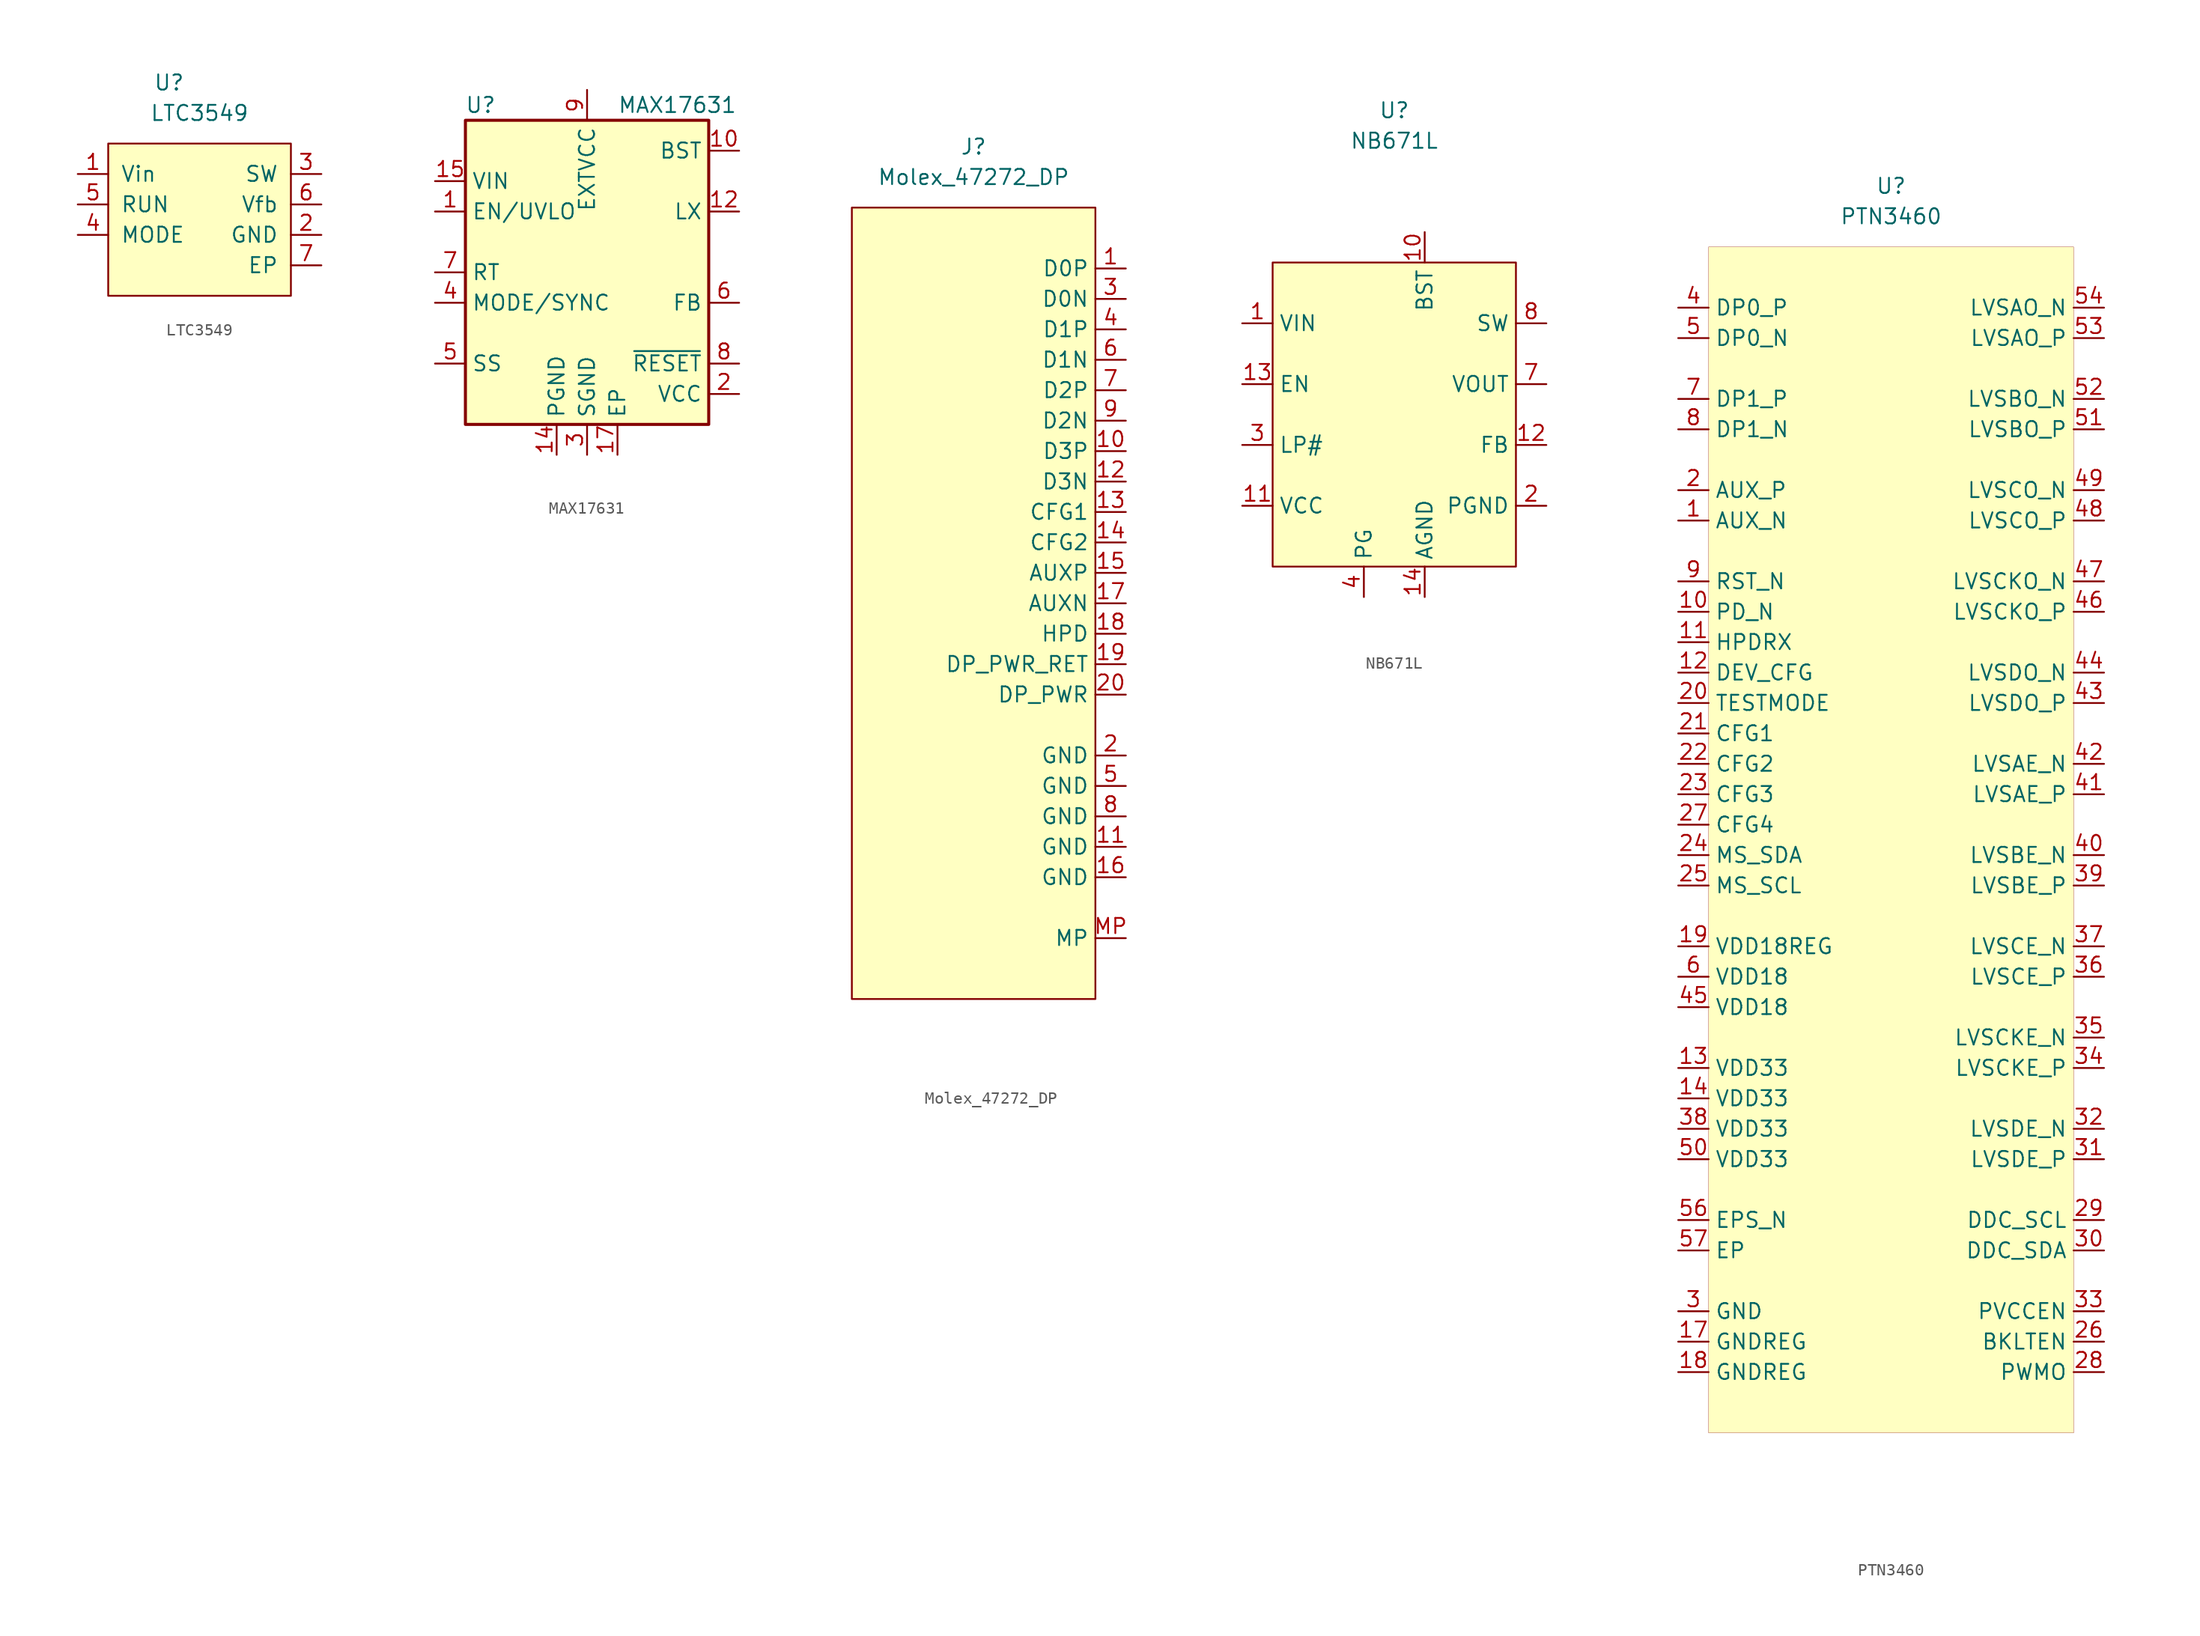
<source format=kicad_sym>
(kicad_symbol_lib
  (version 20211014)
  (generator kicad_symbol_editor)
  (symbol "LTC3549"
    (pin_names
      (offset 1.016))
    (property "Reference" "U"
      (at -2.54 10.16 0)
      (effects (font (size 1.27 1.27))))
    (property "Value" "LTC3549"
      (at 0 7.62 0)
      (effects (font (size 1.27 1.27))))
    (symbol "LTC3549_0_1"
      (rectangle (start -7.62 5.08) (end 7.62 -7.62) (stroke (width 0) (type default) (color 0 0 0 0)) (fill (type background))))
    (symbol "LTC3549_1_1"
      (pin power_in line (at -10.16 2.54 0) (length 2.54) (name "Vin" (effects (font (size 1.27 1.27)))) (number "1" (effects (font (size 1.27 1.27)))))
      (pin power_in line (at 10.16 -2.54 180) (length 2.54) (name "GND" (effects (font (size 1.27 1.27)))) (number "2" (effects (font (size 1.27 1.27)))))
      (pin output line (at 10.16 2.54 180) (length 2.54) (name "SW" (effects (font (size 1.27 1.27)))) (number "3" (effects (font (size 1.27 1.27)))))
      (pin power_in line (at -10.16 -2.54 0) (length 2.54) (name "MODE" (effects (font (size 1.27 1.27)))) (number "4" (effects (font (size 1.27 1.27)))))
      (pin power_in line (at -10.16 0 0) (length 2.54) (name "RUN" (effects (font (size 1.27 1.27)))) (number "5" (effects (font (size 1.27 1.27)))))
      (pin input line (at 10.16 0 180) (length 2.54) (name "Vfb" (effects (font (size 1.27 1.27)))) (number "6" (effects (font (size 1.27 1.27)))))
      (pin power_in line (at 10.16 -5.08 180) (length 2.54) (name "EP" (effects (font (size 1.27 1.27)))) (number "7" (effects (font (size 1.27 1.27)))))))
  (symbol "MAX17631"
    (property "Reference" "U"
      (at -8.89 13.97 0)
      (effects (font (size 1.27 1.27))))
    (property "Value" "MAX17631"
      (at 2.54 13.97 0)
      (effects (font (size 1.27 1.27)) (justify left)))
    (symbol "MAX17631_0_1"
      (rectangle (start -10.16 12.7) (end 10.16 -12.7) (stroke (width 0.254) (type default) (color 0 0 0 0)) (fill (type background))))
    (symbol "MAX17631_1_1"
      (pin input line (at -12.7 5.08 0) (length 2.54) (name "EN/UVLO" (effects (font (size 1.27 1.27)))) (number "1" (effects (font (size 1.27 1.27)))))
      (pin passive line (at 12.7 10.16 180) (length 2.54) (name "BST" (effects (font (size 1.27 1.27)))) (number "10" (effects (font (size 1.27 1.27)))))
      (pin passive line (at 12.7 5.08 180) (length 2.54) hide (name "LX" (effects (font (size 1.27 1.27)))) (number "11" (effects (font (size 1.27 1.27)))))
      (pin power_out line (at 12.7 5.08 180) (length 2.54) (name "LX" (effects (font (size 1.27 1.27)))) (number "12" (effects (font (size 1.27 1.27)))))
      (pin passive line (at -2.54 -15.24 90) (length 2.54) hide (name "PGND" (effects (font (size 1.27 1.27)))) (number "13" (effects (font (size 1.27 1.27)))))
      (pin power_in line (at -2.54 -15.24 90) (length 2.54) (name "PGND" (effects (font (size 1.27 1.27)))) (number "14" (effects (font (size 1.27 1.27)))))
      (pin passive line (at -12.7 7.62 0) (length 2.54) (name "VIN" (effects (font (size 1.27 1.27)))) (number "15" (effects (font (size 1.27 1.27)))))
      (pin passive line (at -12.7 7.62 0) (length 2.54) hide (name "VIN" (effects (font (size 1.27 1.27)))) (number "16" (effects (font (size 1.27 1.27)))))
      (pin power_in line (at 2.54 -15.24 90) (length 2.54) (name "EP" (effects (font (size 1.27 1.27)))) (number "17" (effects (font (size 1.27 1.27)))))
      (pin power_out line (at 12.7 -10.16 180) (length 2.54) (name "VCC" (effects (font (size 1.27 1.27)))) (number "2" (effects (font (size 1.27 1.27)))))
      (pin power_in line (at 0 -15.24 90) (length 2.54) (name "SGND" (effects (font (size 1.27 1.27)))) (number "3" (effects (font (size 1.27 1.27)))))
      (pin input line (at -12.7 -2.54 0) (length 2.54) (name "MODE/SYNC" (effects (font (size 1.27 1.27)))) (number "4" (effects (font (size 1.27 1.27)))))
      (pin passive line (at -12.7 -7.62 0) (length 2.54) (name "SS" (effects (font (size 1.27 1.27)))) (number "5" (effects (font (size 1.27 1.27)))))
      (pin input line (at 12.7 -2.54 180) (length 2.54) (name "FB" (effects (font (size 1.27 1.27)))) (number "6" (effects (font (size 1.27 1.27)))))
      (pin input line (at -12.7 0 0) (length 2.54) (name "RT" (effects (font (size 1.27 1.27)))) (number "7" (effects (font (size 1.27 1.27)))))
      (pin open_collector line (at 12.7 -7.62 180) (length 2.54) (name "~{RESET}" (effects (font (size 1.27 1.27)))) (number "8" (effects (font (size 1.27 1.27)))))
      (pin power_in line (at 0 15.24 270) (length 2.54) (name "EXTVCC" (effects (font (size 1.27 1.27)))) (number "9" (effects (font (size 1.27 1.27)))))))
  (symbol "Molex_47272_DP"
    (property "Reference" "J"
      (at 0 0 0)
      (effects (font (size 1.27 1.27))))
    (property "Value" "Molex_47272_DP"
      (at 0 -2.54 0)
      (effects (font (size 1.27 1.27))))
    (symbol "Molex_47272_DP_0_1"
      (rectangle (start -10.16 -5.08) (end 10.16 -71.12) (stroke (width 0.152) (type default) (color 0 0 0 0)) (fill (type background))))
    (symbol "Molex_47272_DP_1_1"
      (pin unspecified line (at 12.7 -10.16 180) (length 2.54) (name "D0P" (effects (font (size 1.27 1.27)))) (number "1" (effects (font (size 1.27 1.27)))))
      (pin unspecified line (at 12.7 -25.4 180) (length 2.54) (name "D3P" (effects (font (size 1.27 1.27)))) (number "10" (effects (font (size 1.27 1.27)))))
      (pin unspecified line (at 12.7 -58.42 180) (length 2.54) (name "GND" (effects (font (size 1.27 1.27)))) (number "11" (effects (font (size 1.27 1.27)))))
      (pin unspecified line (at 12.7 -27.94 180) (length 2.54) (name "D3N" (effects (font (size 1.27 1.27)))) (number "12" (effects (font (size 1.27 1.27)))))
      (pin unspecified line (at 12.7 -30.48 180) (length 2.54) (name "CFG1" (effects (font (size 1.27 1.27)))) (number "13" (effects (font (size 1.27 1.27)))))
      (pin unspecified line (at 12.7 -33.02 180) (length 2.54) (name "CFG2" (effects (font (size 1.27 1.27)))) (number "14" (effects (font (size 1.27 1.27)))))
      (pin unspecified line (at 12.7 -35.56 180) (length 2.54) (name "AUXP" (effects (font (size 1.27 1.27)))) (number "15" (effects (font (size 1.27 1.27)))))
      (pin unspecified line (at 12.7 -60.96 180) (length 2.54) (name "GND" (effects (font (size 1.27 1.27)))) (number "16" (effects (font (size 1.27 1.27)))))
      (pin unspecified line (at 12.7 -38.1 180) (length 2.54) (name "AUXN" (effects (font (size 1.27 1.27)))) (number "17" (effects (font (size 1.27 1.27)))))
      (pin unspecified line (at 12.7 -40.64 180) (length 2.54) (name "HPD" (effects (font (size 1.27 1.27)))) (number "18" (effects (font (size 1.27 1.27)))))
      (pin unspecified line (at 12.7 -43.18 180) (length 2.54) (name "DP_PWR_RET" (effects (font (size 1.27 1.27)))) (number "19" (effects (font (size 1.27 1.27)))))
      (pin unspecified line (at 12.7 -50.8 180) (length 2.54) (name "GND" (effects (font (size 1.27 1.27)))) (number "2" (effects (font (size 1.27 1.27)))))
      (pin unspecified line (at 12.7 -45.72 180) (length 2.54) (name "DP_PWR" (effects (font (size 1.27 1.27)))) (number "20" (effects (font (size 1.27 1.27)))))
      (pin unspecified line (at 12.7 -12.7 180) (length 2.54) (name "D0N" (effects (font (size 1.27 1.27)))) (number "3" (effects (font (size 1.27 1.27)))))
      (pin unspecified line (at 12.7 -15.24 180) (length 2.54) (name "D1P" (effects (font (size 1.27 1.27)))) (number "4" (effects (font (size 1.27 1.27)))))
      (pin unspecified line (at 12.7 -53.34 180) (length 2.54) (name "GND" (effects (font (size 1.27 1.27)))) (number "5" (effects (font (size 1.27 1.27)))))
      (pin unspecified line (at 12.7 -17.78 180) (length 2.54) (name "D1N" (effects (font (size 1.27 1.27)))) (number "6" (effects (font (size 1.27 1.27)))))
      (pin unspecified line (at 12.7 -20.32 180) (length 2.54) (name "D2P" (effects (font (size 1.27 1.27)))) (number "7" (effects (font (size 1.27 1.27)))))
      (pin unspecified line (at 12.7 -55.88 180) (length 2.54) (name "GND" (effects (font (size 1.27 1.27)))) (number "8" (effects (font (size 1.27 1.27)))))
      (pin unspecified line (at 12.7 -22.86 180) (length 2.54) (name "D2N" (effects (font (size 1.27 1.27)))) (number "9" (effects (font (size 1.27 1.27)))))
      (pin unspecified line (at 12.7 -66.04 180) (length 2.54) (name "MP" (effects (font (size 1.27 1.27)))) (number "MP" (effects (font (size 1.27 1.27)))))))
  (symbol "NB671L"
    (property "Reference" "U"
      (at 0 5.08 0)
      (effects (font (size 1.27 1.27))))
    (property "Value" "NB671L"
      (at 0 2.54 0)
      (effects (font (size 1.27 1.27))))
    (symbol "NB671L_0_1"
      (rectangle (start -10.16 -7.62) (end 10.16 -33.02) (stroke (width 0.152) (type default) (color 0 0 0 0)) (fill (type background))))
    (symbol "NB671L_1_1"
      (pin power_in line (at -12.7 -12.7 0) (length 2.54) (name "VIN" (effects (font (size 1.27 1.27)))) (number "1" (effects (font (size 1.27 1.27)))))
      (pin output line (at 2.54 -5.08 270) (length 2.54) (name "BST" (effects (font (size 1.27 1.27)))) (number "10" (effects (font (size 1.27 1.27)))))
      (pin output line (at -12.7 -27.94 0) (length 2.54) (name "VCC" (effects (font (size 1.27 1.27)))) (number "11" (effects (font (size 1.27 1.27)))))
      (pin input line (at 12.7 -22.86 180) (length 2.54) (name "FB" (effects (font (size 1.27 1.27)))) (number "12" (effects (font (size 1.27 1.27)))))
      (pin input line (at -12.7 -17.78 0) (length 2.54) (name "EN" (effects (font (size 1.27 1.27)))) (number "13" (effects (font (size 1.27 1.27)))))
      (pin power_in line (at 2.54 -35.56 90) (length 2.54) (name "AGND" (effects (font (size 1.27 1.27)))) (number "14" (effects (font (size 1.27 1.27)))))
      (pin output line (at 12.7 -12.7 180) (length 2.54) hide (name "SW" (effects (font (size 1.27 1.27)))) (number "15" (effects (font (size 1.27 1.27)))))
      (pin output line (at 12.7 -12.7 180) (length 2.54) hide (name "SW" (effects (font (size 1.27 1.27)))) (number "16" (effects (font (size 1.27 1.27)))))
      (pin power_in line (at 12.7 -27.94 180) (length 2.54) (name "PGND" (effects (font (size 1.27 1.27)))) (number "2" (effects (font (size 1.27 1.27)))))
      (pin input line (at -12.7 -22.86 0) (length 2.54) (name "LP#" (effects (font (size 1.27 1.27)))) (number "3" (effects (font (size 1.27 1.27)))))
      (pin open_collector line (at -2.54 -35.56 90) (length 2.54) (name "PG" (effects (font (size 1.27 1.27)))) (number "4" (effects (font (size 1.27 1.27)))))
      (pin input line (at 12.7 -17.78 180) (length 2.54) (name "VOUT" (effects (font (size 1.27 1.27)))) (number "7" (effects (font (size 1.27 1.27)))))
      (pin output line (at 12.7 -12.7 180) (length 2.54) (name "SW" (effects (font (size 1.27 1.27)))) (number "8" (effects (font (size 1.27 1.27)))))
      (pin output line (at 12.7 -12.7 180) (length 2.54) hide (name "SW" (effects (font (size 1.27 1.27)))) (number "9" (effects (font (size 1.27 1.27)))))))
  (symbol "PTN3460"
    (property "Reference" "U"
      (at 0 0 0)
      (effects (font (size 1.27 1.27))))
    (property "Value" "PTN3460"
      (at 0 -2.54 0)
      (effects (font (size 1.27 1.27))))
    (symbol "PTN3460_0_1"
      (rectangle (start -15.24 -5.08) (end 15.24 -104.14) (stroke (width 0.001) (type default) (color 0 0 0 0)) (fill (type background))))
    (symbol "PTN3460_1_1"
      (pin bidirectional line (at -17.78 -27.94 0) (length 2.54) (name "AUX_N" (effects (font (size 1.27 1.27)))) (number "1" (effects (font (size 1.27 1.27)))))
      (pin input line (at -17.78 -35.56 0) (length 2.54) (name "PD_N" (effects (font (size 1.27 1.27)))) (number "10" (effects (font (size 1.27 1.27)))))
      (pin input line (at -17.78 -38.1 0) (length 2.54) (name "HPDRX" (effects (font (size 1.27 1.27)))) (number "11" (effects (font (size 1.27 1.27)))))
      (pin input line (at -17.78 -40.64 0) (length 2.54) (name "DEV_CFG" (effects (font (size 1.27 1.27)))) (number "12" (effects (font (size 1.27 1.27)))))
      (pin power_in line (at -17.78 -73.66 0) (length 2.54) (name "VDD33" (effects (font (size 1.27 1.27)))) (number "13" (effects (font (size 1.27 1.27)))))
      (pin power_in line (at -17.78 -76.2 0) (length 2.54) (name "VDD33" (effects (font (size 1.27 1.27)))) (number "14" (effects (font (size 1.27 1.27)))))
      (pin input line (at 0 -93.98 0) (length 2.54) hide (name "NC" (effects (font (size 1.27 1.27)))) (number "15" (effects (font (size 1.27 1.27)))))
      (pin input line (at 0 -96.52 0) (length 2.54) hide (name "NC" (effects (font (size 1.27 1.27)))) (number "16" (effects (font (size 1.27 1.27)))))
      (pin power_in line (at -17.78 -96.52 0) (length 2.54) (name "GNDREG" (effects (font (size 1.27 1.27)))) (number "17" (effects (font (size 1.27 1.27)))))
      (pin power_in line (at -17.78 -99.06 0) (length 2.54) (name "GNDREG" (effects (font (size 1.27 1.27)))) (number "18" (effects (font (size 1.27 1.27)))))
      (pin power_out line (at -17.78 -63.5 0) (length 2.54) (name "VDD18REG" (effects (font (size 1.27 1.27)))) (number "19" (effects (font (size 1.27 1.27)))))
      (pin bidirectional line (at -17.78 -25.4 0) (length 2.54) (name "AUX_P" (effects (font (size 1.27 1.27)))) (number "2" (effects (font (size 1.27 1.27)))))
      (pin input line (at -17.78 -43.18 0) (length 2.54) (name "TESTMODE" (effects (font (size 1.27 1.27)))) (number "20" (effects (font (size 1.27 1.27)))))
      (pin input line (at -17.78 -45.72 0) (length 2.54) (name "CFG1" (effects (font (size 1.27 1.27)))) (number "21" (effects (font (size 1.27 1.27)))))
      (pin input line (at -17.78 -48.26 0) (length 2.54) (name "CFG2" (effects (font (size 1.27 1.27)))) (number "22" (effects (font (size 1.27 1.27)))))
      (pin input line (at -17.78 -50.8 0) (length 2.54) (name "CFG3" (effects (font (size 1.27 1.27)))) (number "23" (effects (font (size 1.27 1.27)))))
      (pin input line (at -17.78 -55.88 0) (length 2.54) (name "MS_SDA" (effects (font (size 1.27 1.27)))) (number "24" (effects (font (size 1.27 1.27)))))
      (pin input line (at -17.78 -58.42 0) (length 2.54) (name "MS_SCL" (effects (font (size 1.27 1.27)))) (number "25" (effects (font (size 1.27 1.27)))))
      (pin output line (at 17.78 -96.52 180) (length 2.54) (name "BKLTEN" (effects (font (size 1.27 1.27)))) (number "26" (effects (font (size 1.27 1.27)))))
      (pin input line (at -17.78 -53.34 0) (length 2.54) (name "CFG4" (effects (font (size 1.27 1.27)))) (number "27" (effects (font (size 1.27 1.27)))))
      (pin output line (at 17.78 -99.06 180) (length 2.54) (name "PWMO" (effects (font (size 1.27 1.27)))) (number "28" (effects (font (size 1.27 1.27)))))
      (pin open_collector line (at 17.78 -86.36 180) (length 2.54) (name "DDC_SCL" (effects (font (size 1.27 1.27)))) (number "29" (effects (font (size 1.27 1.27)))))
      (pin power_in line (at -17.78 -93.98 0) (length 2.54) (name "GND" (effects (font (size 1.27 1.27)))) (number "3" (effects (font (size 1.27 1.27)))))
      (pin open_collector line (at 17.78 -88.9 180) (length 2.54) (name "DDC_SDA" (effects (font (size 1.27 1.27)))) (number "30" (effects (font (size 1.27 1.27)))))
      (pin output line (at 17.78 -81.28 180) (length 2.54) (name "LVSDE_P" (effects (font (size 1.27 1.27)))) (number "31" (effects (font (size 1.27 1.27)))))
      (pin output line (at 17.78 -78.74 180) (length 2.54) (name "LVSDE_N" (effects (font (size 1.27 1.27)))) (number "32" (effects (font (size 1.27 1.27)))))
      (pin output line (at 17.78 -93.98 180) (length 2.54) (name "PVCCEN" (effects (font (size 1.27 1.27)))) (number "33" (effects (font (size 1.27 1.27)))))
      (pin output line (at 17.78 -73.66 180) (length 2.54) (name "LVSCKE_P" (effects (font (size 1.27 1.27)))) (number "34" (effects (font (size 1.27 1.27)))))
      (pin output line (at 17.78 -71.12 180) (length 2.54) (name "LVSCKE_N" (effects (font (size 1.27 1.27)))) (number "35" (effects (font (size 1.27 1.27)))))
      (pin output line (at 17.78 -66.04 180) (length 2.54) (name "LVSCE_P" (effects (font (size 1.27 1.27)))) (number "36" (effects (font (size 1.27 1.27)))))
      (pin output line (at 17.78 -63.5 180) (length 2.54) (name "LVSCE_N" (effects (font (size 1.27 1.27)))) (number "37" (effects (font (size 1.27 1.27)))))
      (pin power_in line (at -17.78 -78.74 0) (length 2.54) (name "VDD33" (effects (font (size 1.27 1.27)))) (number "38" (effects (font (size 1.27 1.27)))))
      (pin output line (at 17.78 -58.42 180) (length 2.54) (name "LVSBE_P" (effects (font (size 1.27 1.27)))) (number "39" (effects (font (size 1.27 1.27)))))
      (pin input line (at -17.78 -10.16 0) (length 2.54) (name "DP0_P" (effects (font (size 1.27 1.27)))) (number "4" (effects (font (size 1.27 1.27)))))
      (pin output line (at 17.78 -55.88 180) (length 2.54) (name "LVSBE_N" (effects (font (size 1.27 1.27)))) (number "40" (effects (font (size 1.27 1.27)))))
      (pin output line (at 17.78 -50.8 180) (length 2.54) (name "LVSAE_P" (effects (font (size 1.27 1.27)))) (number "41" (effects (font (size 1.27 1.27)))))
      (pin output line (at 17.78 -48.26 180) (length 2.54) (name "LVSAE_N" (effects (font (size 1.27 1.27)))) (number "42" (effects (font (size 1.27 1.27)))))
      (pin output line (at 17.78 -43.18 180) (length 2.54) (name "LVSDO_P" (effects (font (size 1.27 1.27)))) (number "43" (effects (font (size 1.27 1.27)))))
      (pin output line (at 17.78 -40.64 180) (length 2.54) (name "LVSDO_N" (effects (font (size 1.27 1.27)))) (number "44" (effects (font (size 1.27 1.27)))))
      (pin power_in line (at -17.78 -68.58 0) (length 2.54) (name "VDD18" (effects (font (size 1.27 1.27)))) (number "45" (effects (font (size 1.27 1.27)))))
      (pin output line (at 17.78 -35.56 180) (length 2.54) (name "LVSCKO_P" (effects (font (size 1.27 1.27)))) (number "46" (effects (font (size 1.27 1.27)))))
      (pin output line (at 17.78 -33.02 180) (length 2.54) (name "LVSCKO_N" (effects (font (size 1.27 1.27)))) (number "47" (effects (font (size 1.27 1.27)))))
      (pin output line (at 17.78 -27.94 180) (length 2.54) (name "LVSCO_P" (effects (font (size 1.27 1.27)))) (number "48" (effects (font (size 1.27 1.27)))))
      (pin output line (at 17.78 -25.4 180) (length 2.54) (name "LVSCO_N" (effects (font (size 1.27 1.27)))) (number "49" (effects (font (size 1.27 1.27)))))
      (pin input line (at -17.78 -12.7 0) (length 2.54) (name "DP0_N" (effects (font (size 1.27 1.27)))) (number "5" (effects (font (size 1.27 1.27)))))
      (pin power_in line (at -17.78 -81.28 0) (length 2.54) (name "VDD33" (effects (font (size 1.27 1.27)))) (number "50" (effects (font (size 1.27 1.27)))))
      (pin output line (at 17.78 -20.32 180) (length 2.54) (name "LVSBO_P" (effects (font (size 1.27 1.27)))) (number "51" (effects (font (size 1.27 1.27)))))
      (pin output line (at 17.78 -17.78 180) (length 2.54) (name "LVSBO_N" (effects (font (size 1.27 1.27)))) (number "52" (effects (font (size 1.27 1.27)))))
      (pin output line (at 17.78 -12.7 180) (length 2.54) (name "LVSAO_P" (effects (font (size 1.27 1.27)))) (number "53" (effects (font (size 1.27 1.27)))))
      (pin output line (at 17.78 -10.16 180) (length 2.54) (name "LVSAO_N" (effects (font (size 1.27 1.27)))) (number "54" (effects (font (size 1.27 1.27)))))
      (pin input line (at 0 -99.06 0) (length 2.54) hide (name "NC" (effects (font (size 1.27 1.27)))) (number "55" (effects (font (size 1.27 1.27)))))
      (pin input line (at -17.78 -86.36 0) (length 2.54) (name "EPS_N" (effects (font (size 1.27 1.27)))) (number "56" (effects (font (size 1.27 1.27)))))
      (pin input line (at -17.78 -88.9 0) (length 2.54) (name "EP" (effects (font (size 1.27 1.27)))) (number "57" (effects (font (size 1.27 1.27)))))
      (pin power_in line (at -17.78 -66.04 0) (length 2.54) (name "VDD18" (effects (font (size 1.27 1.27)))) (number "6" (effects (font (size 1.27 1.27)))))
      (pin input line (at -17.78 -17.78 0) (length 2.54) (name "DP1_P" (effects (font (size 1.27 1.27)))) (number "7" (effects (font (size 1.27 1.27)))))
      (pin input line (at -17.78 -20.32 0) (length 2.54) (name "DP1_N" (effects (font (size 1.27 1.27)))) (number "8" (effects (font (size 1.27 1.27)))))
      (pin input line (at -17.78 -33.02 0) (length 2.54) (name "RST_N" (effects (font (size 1.27 1.27)))) (number "9" (effects (font (size 1.27 1.27))))))))
</source>
